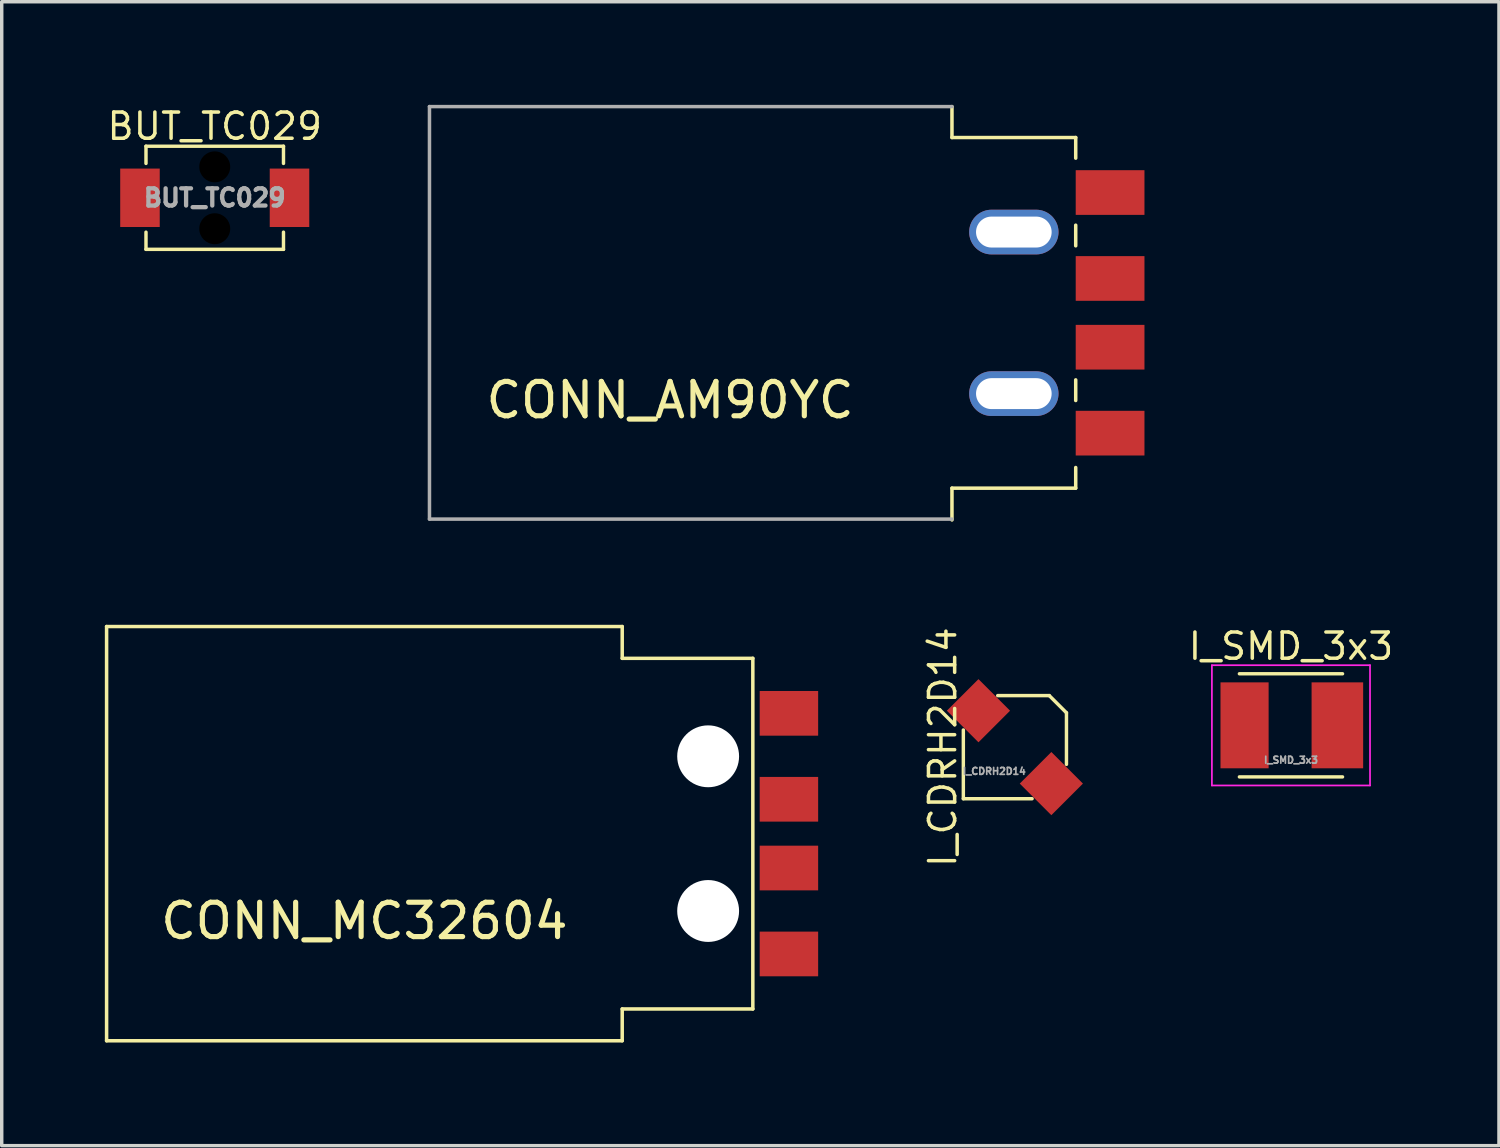
<source format=kicad_pcb>
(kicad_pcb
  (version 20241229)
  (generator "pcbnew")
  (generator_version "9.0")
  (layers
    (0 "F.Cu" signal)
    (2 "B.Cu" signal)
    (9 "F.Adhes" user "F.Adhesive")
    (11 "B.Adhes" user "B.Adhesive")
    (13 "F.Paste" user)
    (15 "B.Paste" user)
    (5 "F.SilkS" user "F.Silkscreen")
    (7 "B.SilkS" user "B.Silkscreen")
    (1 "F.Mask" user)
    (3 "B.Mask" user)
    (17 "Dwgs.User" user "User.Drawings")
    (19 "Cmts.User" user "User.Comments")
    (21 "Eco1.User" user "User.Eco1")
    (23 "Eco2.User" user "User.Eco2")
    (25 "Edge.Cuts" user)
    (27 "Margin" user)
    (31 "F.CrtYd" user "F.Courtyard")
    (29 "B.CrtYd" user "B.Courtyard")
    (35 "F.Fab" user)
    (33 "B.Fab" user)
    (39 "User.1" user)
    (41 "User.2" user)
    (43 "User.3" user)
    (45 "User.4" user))
  (footprint "I_SMD_3x3"
    (layer "F.Cu")
    (at 34.506 18.051)
    (property "Reference" "I_SMD_3x3" (at 0 -2.3 0) (unlocked yes) (layer "F.SilkS") (effects (font (size 0.762 0.762) (thickness 0.102))))
    (attr smd)
    (fp_line (start -1.5 -1.5) (end 1.5 -1.5) (stroke (width 0.1) (type solid)) (layer "F.SilkS"))
    (fp_line (start -1.5 1.5) (end 1.5 1.5) (stroke (width 0.1) (type solid)) (layer "F.SilkS"))
    (fp_line (start -2.3 -1.75) (end -2.3 1.75) (stroke (width 0.05) (type solid)) (layer "F.CrtYd"))
    (fp_line (start -2.3 -1.75) (end 2.3 -1.75) (stroke (width 0.05) (type solid)) (layer "F.CrtYd"))
    (fp_line (start -2.3 1.75) (end 2.3 1.75) (stroke (width 0.05) (type solid)) (layer "F.CrtYd"))
    (fp_line (start 2.3 -1.75) (end 2.3 1.75) (stroke (width 0.05) (type solid)) (layer "F.CrtYd"))
    (fp_text user "${REFERENCE}" (at 0 1.01 0) (unlocked yes) (layer "F.Fab") (effects (font (size 0.2 0.2) (thickness 0.05))))
    (pad "1" smd rect (at -1.35 0) (size 1.4 2.5) (layers "F.Cu" "F.Mask" "F.Paste"))
    (pad "2" smd rect (at 1.35 0) (size 1.5 2.5) (layers "F.Cu" "F.Mask" "F.Paste")))
  (footprint "BUT_TC029"
    (layer "F.Cu")
    (at 3.197 2.704)
    (property "Reference" "BUT_TC029" (at 0 -2.08 0) (unlocked yes) (layer "F.SilkS") (effects (font (size 0.762 0.762) (thickness 0.102))))
    (attr smd)
    (fp_line (start -2 -1.5) (end -2 -1) (stroke (width 0.1) (type solid)) (layer "F.SilkS"))
    (fp_line (start -2 -1.5) (end 2 -1.5) (stroke (width 0.1) (type solid)) (layer "F.SilkS"))
    (fp_line (start -2 1) (end -2 1.5) (stroke (width 0.1) (type solid)) (layer "F.SilkS"))
    (fp_line (start -2 1.5) (end 2 1.5) (stroke (width 0.1) (type solid)) (layer "F.SilkS"))
    (fp_line (start 2 -1.5) (end 2 -1) (stroke (width 0.1) (type solid)) (layer "F.SilkS"))
    (fp_line (start 2 1) (end 2 1.5) (stroke (width 0.1) (type solid)) (layer "F.SilkS"))
    (fp_text user "${REFERENCE}" (at 0 0 0) (unlocked yes) (layer "F.Fab") (effects (font (size 0.5 0.5) (thickness 0.125))))
    (pad "" np_thru_hole circle (at 0 -0.9) (size 0.9 0.9) (drill 0.9) (layers "*.Mask"))
    (pad "" np_thru_hole circle (at 0 0.9) (size 0.9 0.9) (drill 0.9) (layers "*.Mask"))
    (pad "1" smd rect (at -2.175 0) (size 1.15 1.7) (layers "F.Cu" "F.Mask" "F.Paste"))
    (pad "2" smd rect (at 2.175 0) (size 1.15 1.7) (layers "F.Cu" "F.Mask" "F.Paste")))
  (footprint "CONN_MC32604"
    (layer "F.Cu")
    (at 17.551 21.202)
    (property "Reference" "CONN_MC32604" (at -10 2.54 0) (layer "F.SilkS") (effects (font (size 1 1) (thickness 0.15))))
    (attr through_hole)
    (fp_line (start -17.5 -6.025) (end -17.5 6.025) (stroke (width 0.102) (type solid)) (layer "F.SilkS"))
    (fp_line (start -17.5 6.025) (end -2.5 6.025) (stroke (width 0.102) (type solid)) (layer "F.SilkS"))
    (fp_line (start -2.5 -6.025) (end -17.5 -6.025) (stroke (width 0.102) (type solid)) (layer "F.SilkS"))
    (fp_line (start -2.5 -6.025) (end -2.5 -5.1) (stroke (width 0.102) (type solid)) (layer "F.SilkS"))
    (fp_line (start -2.5 -5.1) (end 1.3 -5.1) (stroke (width 0.102) (type solid)) (layer "F.SilkS"))
    (fp_line (start -2.5 5.1) (end 1.3 5.1) (stroke (width 0.102) (type solid)) (layer "F.SilkS"))
    (fp_line (start -2.5 6.025) (end -2.5 5.1) (stroke (width 0.102) (type solid)) (layer "F.SilkS"))
    (fp_line (start 1.3 -5.1) (end 1.3 5.1) (stroke (width 0.102) (type solid)) (layer "F.SilkS"))
    (pad "" np_thru_hole circle (at 0 -2.25) (size 1.8 1.8) (drill 1.8) (layers "*.Cu" "*.Mask"))
    (pad "" np_thru_hole circle (at 0 2.25) (size 1.8 1.8) (drill 1.8) (layers "*.Cu" "*.Mask"))
    (pad "1" smd rect (at 2.35 3.5) (size 1.7 1.3) (layers "F.Cu" "F.Mask" "F.Paste"))
    (pad "2" smd rect (at 2.35 1) (size 1.7 1.3) (layers "F.Cu" "F.Mask" "F.Paste"))
    (pad "3" smd rect (at 2.35 -1) (size 1.7 1.3) (layers "F.Cu" "F.Mask" "F.Paste"))
    (pad "4" smd rect (at 2.35 -3.5) (size 1.7 1.3) (layers "F.Cu" "F.Mask" "F.Paste")))
  (footprint "I_CDRH2D14"
    (layer "F.Cu")
    (at 26.475 18.686)
    (property "Reference" "I_CDRH2D14" (at -2.1 0 90) (unlocked yes) (layer "F.SilkS") (effects (font (size 0.762 0.762) (thickness 0.102))))
    (attr smd)
    (fp_line (start -1.5 -0.5) (end -1.5 1.5) (stroke (width 0.1) (type solid)) (layer "F.SilkS"))
    (fp_line (start -1.5 1.5) (end 0.5 1.5) (stroke (width 0.1) (type solid)) (layer "F.SilkS"))
    (fp_line (start -0.5 -1.5) (end 1 -1.5) (stroke (width 0.1) (type solid)) (layer "F.SilkS"))
    (fp_line (start 1 -1.5) (end 1.5 -1) (stroke (width 0.1) (type solid)) (layer "F.SilkS"))
    (fp_line (start 1.5 -1) (end 1.5 0.5) (stroke (width 0.1) (type solid)) (layer "F.SilkS"))
    (fp_text user "${REFERENCE}" (at -0.6 0.7 0) (unlocked yes) (layer "F.Fab") (effects (font (size 0.2 0.2) (thickness 0.05))))
    (pad "1" smd rect (at -1.06 -1.06 45) (size 1.3 1.3) (layers "F.Cu" "F.Mask" "F.Paste"))
    (pad "2" smd rect (at 1.06 1.06 45) (size 1.3 1.3) (layers "F.Cu" "F.Mask" "F.Paste")))
  (footprint "CONN_AM90YC"
    (layer "F.Cu")
    (at 26.444 6.051)
    (property "Reference" "CONN_AM90YC" (at -10 2.54 0) (layer "F.SilkS") (effects (font (size 1 1) (thickness 0.15))))
    (attr through_hole)
    (fp_line (start -1.8 -6) (end -1.8 -5.1) (stroke (width 0.102) (type solid)) (layer "F.SilkS"))
    (fp_line (start -1.8 -5.1) (end 1.8 -5.1) (stroke (width 0.102) (type solid)) (layer "F.SilkS"))
    (fp_line (start -1.8 5.1) (end 1.8 5.1) (stroke (width 0.102) (type solid)) (layer "F.SilkS"))
    (fp_line (start -1.8 6.025) (end -1.8 5.1) (stroke (width 0.102) (type solid)) (layer "F.SilkS"))
    (fp_line (start 1.8 -5.1) (end 1.8 -4.5) (stroke (width 0.102) (type solid)) (layer "F.SilkS"))
    (fp_line (start 1.8 -2.55) (end 1.8 -1.95) (stroke (width 0.102) (type solid)) (layer "F.SilkS"))
    (fp_line (start 1.8 1.95) (end 1.8 2.55) (stroke (width 0.102) (type solid)) (layer "F.SilkS"))
    (fp_line (start 1.8 4.5) (end 1.8 5.1) (stroke (width 0.102) (type solid)) (layer "F.SilkS"))
    (fp_line (start -17 -6) (end -17 6) (stroke (width 0.102) (type solid)) (layer "F.Fab"))
    (fp_line (start -17 6) (end -1.8 6) (stroke (width 0.102) (type solid)) (layer "F.Fab"))
    (fp_line (start -1.8 -6) (end -17 -6) (stroke (width 0.102) (type solid)) (layer "F.Fab"))
    (pad "0" thru_hole oval (at 0 -2.35) (size 2.6 1.3) (drill oval 2.2 0.9) (layers "*.Cu" "*.Mask"))
    (pad "0" thru_hole oval (at 0 2.35) (size 2.6 1.3) (drill oval 2.2 0.9) (layers "*.Cu" "*.Mask"))
    (pad "1" smd rect (at 2.8 3.5) (size 2 1.3) (layers "F.Cu" "F.Mask" "F.Paste"))
    (pad "2" smd rect (at 2.8 1) (size 2 1.3) (layers "F.Cu" "F.Mask" "F.Paste"))
    (pad "3" smd rect (at 2.8 -1) (size 2 1.3) (layers "F.Cu" "F.Mask" "F.Paste"))
    (pad "4" smd rect (at 2.8 -3.5) (size 2 1.3) (layers "F.Cu" "F.Mask" "F.Paste")))
  (gr_rect
    (start -3 -3)
    (end 40.557 30.278)
    (stroke (width 0.1) (type default))
    (fill no)
    (layer "Edge.Cuts")))
</source>
